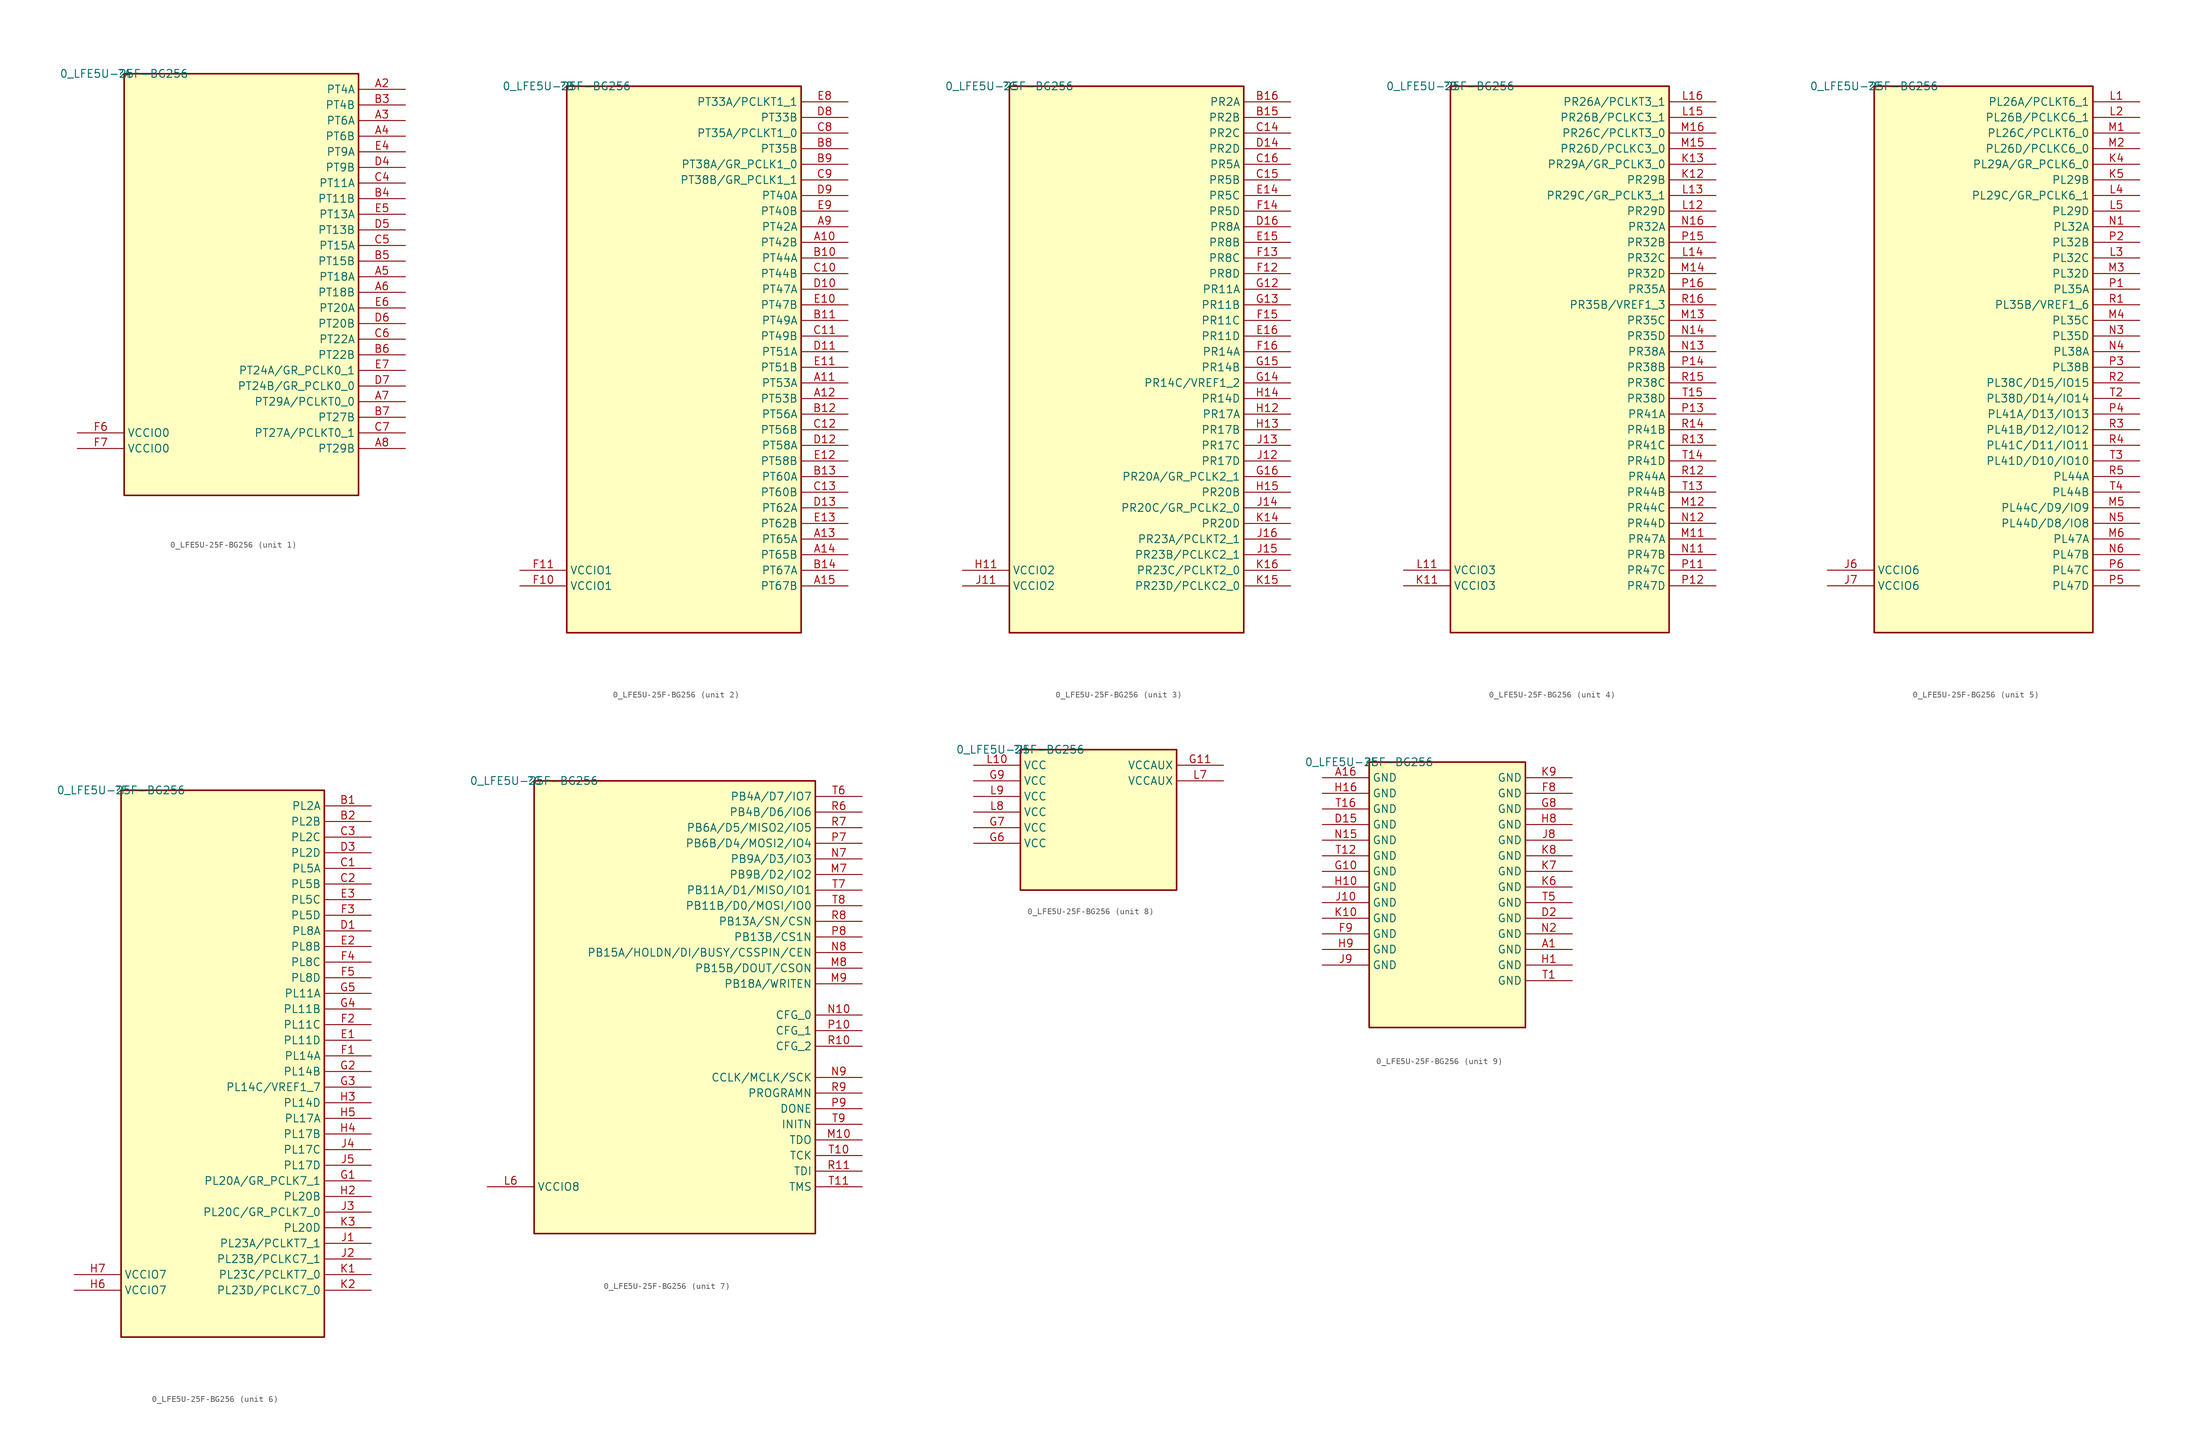
<source format=kicad_sym>
(kicad_symbol_lib
  (version 20211014)
  (generator kicad_symbol_editor)
  (symbol "0_LFE5U-25F-BG256"
    (property "Reference" ""
      (at 0 0 0)
      (effects (font (size 1.27 1.27))))
    (property "Value" "0_LFE5U-25F-BG256"
      (at 0 0 0)
      (effects (font (size 1.27 1.27))))
    (symbol "0_LFE5U-25F-BG256_1_0"
      (rectangle (start 38.1 0) (end 0 -68.58) (stroke (width 0.254) (type default) (color 0 0 0 0)) (fill (type background)))
      (pin bidirectional line (at 45.72 -2.54 180) (length 7.62) (name "PT4A" (effects (font (size 1.27 1.27)))) (number "A2" (effects (font (size 1.27 1.27)))))
      (pin bidirectional line (at 45.72 -7.62 180) (length 7.62) (name "PT6A" (effects (font (size 1.27 1.27)))) (number "A3" (effects (font (size 1.27 1.27)))))
      (pin bidirectional line (at 45.72 -10.16 180) (length 7.62) (name "PT6B" (effects (font (size 1.27 1.27)))) (number "A4" (effects (font (size 1.27 1.27)))))
      (pin bidirectional line (at 45.72 -33.02 180) (length 7.62) (name "PT18A" (effects (font (size 1.27 1.27)))) (number "A5" (effects (font (size 1.27 1.27)))))
      (pin bidirectional line (at 45.72 -35.56 180) (length 7.62) (name "PT18B" (effects (font (size 1.27 1.27)))) (number "A6" (effects (font (size 1.27 1.27)))))
      (pin bidirectional line (at 45.72 -53.34 180) (length 7.62) (name "PT29A/PCLKT0_0" (effects (font (size 1.27 1.27)))) (number "A7" (effects (font (size 1.27 1.27)))))
      (pin bidirectional line (at 45.72 -60.96 180) (length 7.62) (name "PT29B" (effects (font (size 1.27 1.27)))) (number "A8" (effects (font (size 1.27 1.27)))))
      (pin bidirectional line (at 45.72 -5.08 180) (length 7.62) (name "PT4B" (effects (font (size 1.27 1.27)))) (number "B3" (effects (font (size 1.27 1.27)))))
      (pin bidirectional line (at 45.72 -20.32 180) (length 7.62) (name "PT11B" (effects (font (size 1.27 1.27)))) (number "B4" (effects (font (size 1.27 1.27)))))
      (pin bidirectional line (at 45.72 -30.48 180) (length 7.62) (name "PT15B" (effects (font (size 1.27 1.27)))) (number "B5" (effects (font (size 1.27 1.27)))))
      (pin bidirectional line (at 45.72 -45.72 180) (length 7.62) (name "PT22B" (effects (font (size 1.27 1.27)))) (number "B6" (effects (font (size 1.27 1.27)))))
      (pin bidirectional line (at 45.72 -55.88 180) (length 7.62) (name "PT27B" (effects (font (size 1.27 1.27)))) (number "B7" (effects (font (size 1.27 1.27)))))
      (pin bidirectional line (at 45.72 -17.78 180) (length 7.62) (name "PT11A" (effects (font (size 1.27 1.27)))) (number "C4" (effects (font (size 1.27 1.27)))))
      (pin bidirectional line (at 45.72 -27.94 180) (length 7.62) (name "PT15A" (effects (font (size 1.27 1.27)))) (number "C5" (effects (font (size 1.27 1.27)))))
      (pin bidirectional line (at 45.72 -43.18 180) (length 7.62) (name "PT22A" (effects (font (size 1.27 1.27)))) (number "C6" (effects (font (size 1.27 1.27)))))
      (pin bidirectional line (at 45.72 -58.42 180) (length 7.62) (name "PT27A/PCLKT0_1" (effects (font (size 1.27 1.27)))) (number "C7" (effects (font (size 1.27 1.27)))))
      (pin bidirectional line (at 45.72 -15.24 180) (length 7.62) (name "PT9B" (effects (font (size 1.27 1.27)))) (number "D4" (effects (font (size 1.27 1.27)))))
      (pin bidirectional line (at 45.72 -25.4 180) (length 7.62) (name "PT13B" (effects (font (size 1.27 1.27)))) (number "D5" (effects (font (size 1.27 1.27)))))
      (pin bidirectional line (at 45.72 -40.64 180) (length 7.62) (name "PT20B" (effects (font (size 1.27 1.27)))) (number "D6" (effects (font (size 1.27 1.27)))))
      (pin bidirectional line (at 45.72 -50.8 180) (length 7.62) (name "PT24B/GR_PCLK0_0" (effects (font (size 1.27 1.27)))) (number "D7" (effects (font (size 1.27 1.27)))))
      (pin bidirectional line (at 45.72 -12.7 180) (length 7.62) (name "PT9A" (effects (font (size 1.27 1.27)))) (number "E4" (effects (font (size 1.27 1.27)))))
      (pin bidirectional line (at 45.72 -22.86 180) (length 7.62) (name "PT13A" (effects (font (size 1.27 1.27)))) (number "E5" (effects (font (size 1.27 1.27)))))
      (pin bidirectional line (at 45.72 -38.1 180) (length 7.62) (name "PT20A" (effects (font (size 1.27 1.27)))) (number "E6" (effects (font (size 1.27 1.27)))))
      (pin bidirectional line (at 45.72 -48.26 180) (length 7.62) (name "PT24A/GR_PCLK0_1" (effects (font (size 1.27 1.27)))) (number "E7" (effects (font (size 1.27 1.27)))))
      (pin power_in line (at -7.62 -58.42 0) (length 7.62) (name "VCCIO0" (effects (font (size 1.27 1.27)))) (number "F6" (effects (font (size 1.27 1.27)))))
      (pin power_in line (at -7.62 -60.96 0) (length 7.62) (name "VCCIO0" (effects (font (size 1.27 1.27)))) (number "F7" (effects (font (size 1.27 1.27))))))
    (symbol "0_LFE5U-25F-BG256_2_0"
      (rectangle (start 38.1 0) (end 0 -88.9) (stroke (width 0.254) (type default) (color 0 0 0 0)) (fill (type background)))
      (pin bidirectional line (at 45.72 -25.4 180) (length 7.62) (name "PT42B" (effects (font (size 1.27 1.27)))) (number "A10" (effects (font (size 1.27 1.27)))))
      (pin bidirectional line (at 45.72 -48.26 180) (length 7.62) (name "PT53A" (effects (font (size 1.27 1.27)))) (number "A11" (effects (font (size 1.27 1.27)))))
      (pin bidirectional line (at 45.72 -50.8 180) (length 7.62) (name "PT53B" (effects (font (size 1.27 1.27)))) (number "A12" (effects (font (size 1.27 1.27)))))
      (pin bidirectional line (at 45.72 -73.66 180) (length 7.62) (name "PT65A" (effects (font (size 1.27 1.27)))) (number "A13" (effects (font (size 1.27 1.27)))))
      (pin bidirectional line (at 45.72 -76.2 180) (length 7.62) (name "PT65B" (effects (font (size 1.27 1.27)))) (number "A14" (effects (font (size 1.27 1.27)))))
      (pin bidirectional line (at 45.72 -81.28 180) (length 7.62) (name "PT67B" (effects (font (size 1.27 1.27)))) (number "A15" (effects (font (size 1.27 1.27)))))
      (pin bidirectional line (at 45.72 -22.86 180) (length 7.62) (name "PT42A" (effects (font (size 1.27 1.27)))) (number "A9" (effects (font (size 1.27 1.27)))))
      (pin bidirectional line (at 45.72 -27.94 180) (length 7.62) (name "PT44A" (effects (font (size 1.27 1.27)))) (number "B10" (effects (font (size 1.27 1.27)))))
      (pin bidirectional line (at 45.72 -38.1 180) (length 7.62) (name "PT49A" (effects (font (size 1.27 1.27)))) (number "B11" (effects (font (size 1.27 1.27)))))
      (pin bidirectional line (at 45.72 -53.34 180) (length 7.62) (name "PT56A" (effects (font (size 1.27 1.27)))) (number "B12" (effects (font (size 1.27 1.27)))))
      (pin bidirectional line (at 45.72 -63.5 180) (length 7.62) (name "PT60A" (effects (font (size 1.27 1.27)))) (number "B13" (effects (font (size 1.27 1.27)))))
      (pin bidirectional line (at 45.72 -78.74 180) (length 7.62) (name "PT67A" (effects (font (size 1.27 1.27)))) (number "B14" (effects (font (size 1.27 1.27)))))
      (pin bidirectional line (at 45.72 -10.16 180) (length 7.62) (name "PT35B" (effects (font (size 1.27 1.27)))) (number "B8" (effects (font (size 1.27 1.27)))))
      (pin bidirectional line (at 45.72 -12.7 180) (length 7.62) (name "PT38A/GR_PCLK1_0" (effects (font (size 1.27 1.27)))) (number "B9" (effects (font (size 1.27 1.27)))))
      (pin bidirectional line (at 45.72 -30.48 180) (length 7.62) (name "PT44B" (effects (font (size 1.27 1.27)))) (number "C10" (effects (font (size 1.27 1.27)))))
      (pin bidirectional line (at 45.72 -40.64 180) (length 7.62) (name "PT49B" (effects (font (size 1.27 1.27)))) (number "C11" (effects (font (size 1.27 1.27)))))
      (pin bidirectional line (at 45.72 -55.88 180) (length 7.62) (name "PT56B" (effects (font (size 1.27 1.27)))) (number "C12" (effects (font (size 1.27 1.27)))))
      (pin bidirectional line (at 45.72 -66.04 180) (length 7.62) (name "PT60B" (effects (font (size 1.27 1.27)))) (number "C13" (effects (font (size 1.27 1.27)))))
      (pin bidirectional line (at 45.72 -7.62 180) (length 7.62) (name "PT35A/PCLKT1_0" (effects (font (size 1.27 1.27)))) (number "C8" (effects (font (size 1.27 1.27)))))
      (pin bidirectional line (at 45.72 -15.24 180) (length 7.62) (name "PT38B/GR_PCLK1_1" (effects (font (size 1.27 1.27)))) (number "C9" (effects (font (size 1.27 1.27)))))
      (pin bidirectional line (at 45.72 -33.02 180) (length 7.62) (name "PT47A" (effects (font (size 1.27 1.27)))) (number "D10" (effects (font (size 1.27 1.27)))))
      (pin bidirectional line (at 45.72 -43.18 180) (length 7.62) (name "PT51A" (effects (font (size 1.27 1.27)))) (number "D11" (effects (font (size 1.27 1.27)))))
      (pin bidirectional line (at 45.72 -58.42 180) (length 7.62) (name "PT58A" (effects (font (size 1.27 1.27)))) (number "D12" (effects (font (size 1.27 1.27)))))
      (pin bidirectional line (at 45.72 -68.58 180) (length 7.62) (name "PT62A" (effects (font (size 1.27 1.27)))) (number "D13" (effects (font (size 1.27 1.27)))))
      (pin bidirectional line (at 45.72 -5.08 180) (length 7.62) (name "PT33B" (effects (font (size 1.27 1.27)))) (number "D8" (effects (font (size 1.27 1.27)))))
      (pin bidirectional line (at 45.72 -17.78 180) (length 7.62) (name "PT40A" (effects (font (size 1.27 1.27)))) (number "D9" (effects (font (size 1.27 1.27)))))
      (pin bidirectional line (at 45.72 -35.56 180) (length 7.62) (name "PT47B" (effects (font (size 1.27 1.27)))) (number "E10" (effects (font (size 1.27 1.27)))))
      (pin bidirectional line (at 45.72 -45.72 180) (length 7.62) (name "PT51B" (effects (font (size 1.27 1.27)))) (number "E11" (effects (font (size 1.27 1.27)))))
      (pin bidirectional line (at 45.72 -60.96 180) (length 7.62) (name "PT58B" (effects (font (size 1.27 1.27)))) (number "E12" (effects (font (size 1.27 1.27)))))
      (pin bidirectional line (at 45.72 -71.12 180) (length 7.62) (name "PT62B" (effects (font (size 1.27 1.27)))) (number "E13" (effects (font (size 1.27 1.27)))))
      (pin bidirectional line (at 45.72 -2.54 180) (length 7.62) (name "PT33A/PCLKT1_1" (effects (font (size 1.27 1.27)))) (number "E8" (effects (font (size 1.27 1.27)))))
      (pin bidirectional line (at 45.72 -20.32 180) (length 7.62) (name "PT40B" (effects (font (size 1.27 1.27)))) (number "E9" (effects (font (size 1.27 1.27)))))
      (pin power_in line (at -7.62 -81.28 0) (length 7.62) (name "VCCIO1" (effects (font (size 1.27 1.27)))) (number "F10" (effects (font (size 1.27 1.27)))))
      (pin power_in line (at -7.62 -78.74 0) (length 7.62) (name "VCCIO1" (effects (font (size 1.27 1.27)))) (number "F11" (effects (font (size 1.27 1.27))))))
    (symbol "0_LFE5U-25F-BG256_3_0"
      (rectangle (start 38.1 0) (end 0 -88.9) (stroke (width 0.254) (type default) (color 0 0 0 0)) (fill (type background)))
      (pin bidirectional line (at 45.72 -5.08 180) (length 7.62) (name "PR2B" (effects (font (size 1.27 1.27)))) (number "B15" (effects (font (size 1.27 1.27)))))
      (pin bidirectional line (at 45.72 -2.54 180) (length 7.62) (name "PR2A" (effects (font (size 1.27 1.27)))) (number "B16" (effects (font (size 1.27 1.27)))))
      (pin bidirectional line (at 45.72 -7.62 180) (length 7.62) (name "PR2C" (effects (font (size 1.27 1.27)))) (number "C14" (effects (font (size 1.27 1.27)))))
      (pin bidirectional line (at 45.72 -15.24 180) (length 7.62) (name "PR5B" (effects (font (size 1.27 1.27)))) (number "C15" (effects (font (size 1.27 1.27)))))
      (pin bidirectional line (at 45.72 -12.7 180) (length 7.62) (name "PR5A" (effects (font (size 1.27 1.27)))) (number "C16" (effects (font (size 1.27 1.27)))))
      (pin bidirectional line (at 45.72 -10.16 180) (length 7.62) (name "PR2D" (effects (font (size 1.27 1.27)))) (number "D14" (effects (font (size 1.27 1.27)))))
      (pin bidirectional line (at 45.72 -22.86 180) (length 7.62) (name "PR8A" (effects (font (size 1.27 1.27)))) (number "D16" (effects (font (size 1.27 1.27)))))
      (pin bidirectional line (at 45.72 -17.78 180) (length 7.62) (name "PR5C" (effects (font (size 1.27 1.27)))) (number "E14" (effects (font (size 1.27 1.27)))))
      (pin bidirectional line (at 45.72 -25.4 180) (length 7.62) (name "PR8B" (effects (font (size 1.27 1.27)))) (number "E15" (effects (font (size 1.27 1.27)))))
      (pin bidirectional line (at 45.72 -40.64 180) (length 7.62) (name "PR11D" (effects (font (size 1.27 1.27)))) (number "E16" (effects (font (size 1.27 1.27)))))
      (pin bidirectional line (at 45.72 -30.48 180) (length 7.62) (name "PR8D" (effects (font (size 1.27 1.27)))) (number "F12" (effects (font (size 1.27 1.27)))))
      (pin bidirectional line (at 45.72 -27.94 180) (length 7.62) (name "PR8C" (effects (font (size 1.27 1.27)))) (number "F13" (effects (font (size 1.27 1.27)))))
      (pin bidirectional line (at 45.72 -20.32 180) (length 7.62) (name "PR5D" (effects (font (size 1.27 1.27)))) (number "F14" (effects (font (size 1.27 1.27)))))
      (pin bidirectional line (at 45.72 -38.1 180) (length 7.62) (name "PR11C" (effects (font (size 1.27 1.27)))) (number "F15" (effects (font (size 1.27 1.27)))))
      (pin bidirectional line (at 45.72 -43.18 180) (length 7.62) (name "PR14A" (effects (font (size 1.27 1.27)))) (number "F16" (effects (font (size 1.27 1.27)))))
      (pin bidirectional line (at 45.72 -33.02 180) (length 7.62) (name "PR11A" (effects (font (size 1.27 1.27)))) (number "G12" (effects (font (size 1.27 1.27)))))
      (pin bidirectional line (at 45.72 -35.56 180) (length 7.62) (name "PR11B" (effects (font (size 1.27 1.27)))) (number "G13" (effects (font (size 1.27 1.27)))))
      (pin bidirectional line (at 45.72 -48.26 180) (length 7.62) (name "PR14C/VREF1_2" (effects (font (size 1.27 1.27)))) (number "G14" (effects (font (size 1.27 1.27)))))
      (pin bidirectional line (at 45.72 -45.72 180) (length 7.62) (name "PR14B" (effects (font (size 1.27 1.27)))) (number "G15" (effects (font (size 1.27 1.27)))))
      (pin bidirectional line (at 45.72 -63.5 180) (length 7.62) (name "PR20A/GR_PCLK2_1" (effects (font (size 1.27 1.27)))) (number "G16" (effects (font (size 1.27 1.27)))))
      (pin power_in line (at -7.62 -78.74 0) (length 7.62) (name "VCCIO2" (effects (font (size 1.27 1.27)))) (number "H11" (effects (font (size 1.27 1.27)))))
      (pin bidirectional line (at 45.72 -53.34 180) (length 7.62) (name "PR17A" (effects (font (size 1.27 1.27)))) (number "H12" (effects (font (size 1.27 1.27)))))
      (pin bidirectional line (at 45.72 -55.88 180) (length 7.62) (name "PR17B" (effects (font (size 1.27 1.27)))) (number "H13" (effects (font (size 1.27 1.27)))))
      (pin bidirectional line (at 45.72 -50.8 180) (length 7.62) (name "PR14D" (effects (font (size 1.27 1.27)))) (number "H14" (effects (font (size 1.27 1.27)))))
      (pin bidirectional line (at 45.72 -66.04 180) (length 7.62) (name "PR20B" (effects (font (size 1.27 1.27)))) (number "H15" (effects (font (size 1.27 1.27)))))
      (pin power_in line (at -7.62 -81.28 0) (length 7.62) (name "VCCIO2" (effects (font (size 1.27 1.27)))) (number "J11" (effects (font (size 1.27 1.27)))))
      (pin bidirectional line (at 45.72 -60.96 180) (length 7.62) (name "PR17D" (effects (font (size 1.27 1.27)))) (number "J12" (effects (font (size 1.27 1.27)))))
      (pin bidirectional line (at 45.72 -58.42 180) (length 7.62) (name "PR17C" (effects (font (size 1.27 1.27)))) (number "J13" (effects (font (size 1.27 1.27)))))
      (pin bidirectional line (at 45.72 -68.58 180) (length 7.62) (name "PR20C/GR_PCLK2_0" (effects (font (size 1.27 1.27)))) (number "J14" (effects (font (size 1.27 1.27)))))
      (pin bidirectional line (at 45.72 -76.2 180) (length 7.62) (name "PR23B/PCLKC2_1" (effects (font (size 1.27 1.27)))) (number "J15" (effects (font (size 1.27 1.27)))))
      (pin bidirectional line (at 45.72 -73.66 180) (length 7.62) (name "PR23A/PCLKT2_1" (effects (font (size 1.27 1.27)))) (number "J16" (effects (font (size 1.27 1.27)))))
      (pin bidirectional line (at 45.72 -71.12 180) (length 7.62) (name "PR20D" (effects (font (size 1.27 1.27)))) (number "K14" (effects (font (size 1.27 1.27)))))
      (pin bidirectional line (at 45.72 -81.28 180) (length 7.62) (name "PR23D/PCLKC2_0" (effects (font (size 1.27 1.27)))) (number "K15" (effects (font (size 1.27 1.27)))))
      (pin bidirectional line (at 45.72 -78.74 180) (length 7.62) (name "PR23C/PCLKT2_0" (effects (font (size 1.27 1.27)))) (number "K16" (effects (font (size 1.27 1.27))))))
    (symbol "0_LFE5U-25F-BG256_4_0"
      (rectangle (start 35.56 0) (end 0 -88.9) (stroke (width 0.254) (type default) (color 0 0 0 0)) (fill (type background)))
      (pin power_in line (at -7.62 -81.28 0) (length 7.62) (name "VCCIO3" (effects (font (size 1.27 1.27)))) (number "K11" (effects (font (size 1.27 1.27)))))
      (pin bidirectional line (at 43.18 -15.24 180) (length 7.62) (name "PR29B" (effects (font (size 1.27 1.27)))) (number "K12" (effects (font (size 1.27 1.27)))))
      (pin bidirectional line (at 43.18 -12.7 180) (length 7.62) (name "PR29A/GR_PCLK3_0" (effects (font (size 1.27 1.27)))) (number "K13" (effects (font (size 1.27 1.27)))))
      (pin power_in line (at -7.62 -78.74 0) (length 7.62) (name "VCCIO3" (effects (font (size 1.27 1.27)))) (number "L11" (effects (font (size 1.27 1.27)))))
      (pin bidirectional line (at 43.18 -20.32 180) (length 7.62) (name "PR29D" (effects (font (size 1.27 1.27)))) (number "L12" (effects (font (size 1.27 1.27)))))
      (pin bidirectional line (at 43.18 -17.78 180) (length 7.62) (name "PR29C/GR_PCLK3_1" (effects (font (size 1.27 1.27)))) (number "L13" (effects (font (size 1.27 1.27)))))
      (pin bidirectional line (at 43.18 -27.94 180) (length 7.62) (name "PR32C" (effects (font (size 1.27 1.27)))) (number "L14" (effects (font (size 1.27 1.27)))))
      (pin bidirectional line (at 43.18 -5.08 180) (length 7.62) (name "PR26B/PCLKC3_1" (effects (font (size 1.27 1.27)))) (number "L15" (effects (font (size 1.27 1.27)))))
      (pin bidirectional line (at 43.18 -2.54 180) (length 7.62) (name "PR26A/PCLKT3_1" (effects (font (size 1.27 1.27)))) (number "L16" (effects (font (size 1.27 1.27)))))
      (pin bidirectional line (at 43.18 -73.66 180) (length 7.62) (name "PR47A" (effects (font (size 1.27 1.27)))) (number "M11" (effects (font (size 1.27 1.27)))))
      (pin bidirectional line (at 43.18 -68.58 180) (length 7.62) (name "PR44C" (effects (font (size 1.27 1.27)))) (number "M12" (effects (font (size 1.27 1.27)))))
      (pin bidirectional line (at 43.18 -38.1 180) (length 7.62) (name "PR35C" (effects (font (size 1.27 1.27)))) (number "M13" (effects (font (size 1.27 1.27)))))
      (pin bidirectional line (at 43.18 -30.48 180) (length 7.62) (name "PR32D" (effects (font (size 1.27 1.27)))) (number "M14" (effects (font (size 1.27 1.27)))))
      (pin bidirectional line (at 43.18 -10.16 180) (length 7.62) (name "PR26D/PCLKC3_0" (effects (font (size 1.27 1.27)))) (number "M15" (effects (font (size 1.27 1.27)))))
      (pin bidirectional line (at 43.18 -7.62 180) (length 7.62) (name "PR26C/PCLKT3_0" (effects (font (size 1.27 1.27)))) (number "M16" (effects (font (size 1.27 1.27)))))
      (pin bidirectional line (at 43.18 -76.2 180) (length 7.62) (name "PR47B" (effects (font (size 1.27 1.27)))) (number "N11" (effects (font (size 1.27 1.27)))))
      (pin bidirectional line (at 43.18 -71.12 180) (length 7.62) (name "PR44D" (effects (font (size 1.27 1.27)))) (number "N12" (effects (font (size 1.27 1.27)))))
      (pin bidirectional line (at 43.18 -43.18 180) (length 7.62) (name "PR38A" (effects (font (size 1.27 1.27)))) (number "N13" (effects (font (size 1.27 1.27)))))
      (pin bidirectional line (at 43.18 -40.64 180) (length 7.62) (name "PR35D" (effects (font (size 1.27 1.27)))) (number "N14" (effects (font (size 1.27 1.27)))))
      (pin bidirectional line (at 43.18 -22.86 180) (length 7.62) (name "PR32A" (effects (font (size 1.27 1.27)))) (number "N16" (effects (font (size 1.27 1.27)))))
      (pin bidirectional line (at 43.18 -78.74 180) (length 7.62) (name "PR47C" (effects (font (size 1.27 1.27)))) (number "P11" (effects (font (size 1.27 1.27)))))
      (pin bidirectional line (at 43.18 -81.28 180) (length 7.62) (name "PR47D" (effects (font (size 1.27 1.27)))) (number "P12" (effects (font (size 1.27 1.27)))))
      (pin bidirectional line (at 43.18 -53.34 180) (length 7.62) (name "PR41A" (effects (font (size 1.27 1.27)))) (number "P13" (effects (font (size 1.27 1.27)))))
      (pin bidirectional line (at 43.18 -45.72 180) (length 7.62) (name "PR38B" (effects (font (size 1.27 1.27)))) (number "P14" (effects (font (size 1.27 1.27)))))
      (pin bidirectional line (at 43.18 -25.4 180) (length 7.62) (name "PR32B" (effects (font (size 1.27 1.27)))) (number "P15" (effects (font (size 1.27 1.27)))))
      (pin bidirectional line (at 43.18 -33.02 180) (length 7.62) (name "PR35A" (effects (font (size 1.27 1.27)))) (number "P16" (effects (font (size 1.27 1.27)))))
      (pin bidirectional line (at 43.18 -63.5 180) (length 7.62) (name "PR44A" (effects (font (size 1.27 1.27)))) (number "R12" (effects (font (size 1.27 1.27)))))
      (pin bidirectional line (at 43.18 -58.42 180) (length 7.62) (name "PR41C" (effects (font (size 1.27 1.27)))) (number "R13" (effects (font (size 1.27 1.27)))))
      (pin bidirectional line (at 43.18 -55.88 180) (length 7.62) (name "PR41B" (effects (font (size 1.27 1.27)))) (number "R14" (effects (font (size 1.27 1.27)))))
      (pin bidirectional line (at 43.18 -48.26 180) (length 7.62) (name "PR38C" (effects (font (size 1.27 1.27)))) (number "R15" (effects (font (size 1.27 1.27)))))
      (pin bidirectional line (at 43.18 -35.56 180) (length 7.62) (name "PR35B/VREF1_3" (effects (font (size 1.27 1.27)))) (number "R16" (effects (font (size 1.27 1.27)))))
      (pin bidirectional line (at 43.18 -66.04 180) (length 7.62) (name "PR44B" (effects (font (size 1.27 1.27)))) (number "T13" (effects (font (size 1.27 1.27)))))
      (pin bidirectional line (at 43.18 -60.96 180) (length 7.62) (name "PR41D" (effects (font (size 1.27 1.27)))) (number "T14" (effects (font (size 1.27 1.27)))))
      (pin bidirectional line (at 43.18 -50.8 180) (length 7.62) (name "PR38D" (effects (font (size 1.27 1.27)))) (number "T15" (effects (font (size 1.27 1.27))))))
    (symbol "0_LFE5U-25F-BG256_5_0"
      (rectangle (start 35.56 0) (end 0 -88.9) (stroke (width 0.254) (type default) (color 0 0 0 0)) (fill (type background)))
      (pin power_in line (at -7.62 -78.74 0) (length 7.62) (name "VCCIO6" (effects (font (size 1.27 1.27)))) (number "J6" (effects (font (size 1.27 1.27)))))
      (pin power_in line (at -7.62 -81.28 0) (length 7.62) (name "VCCIO6" (effects (font (size 1.27 1.27)))) (number "J7" (effects (font (size 1.27 1.27)))))
      (pin bidirectional line (at 43.18 -12.7 180) (length 7.62) (name "PL29A/GR_PCLK6_0" (effects (font (size 1.27 1.27)))) (number "K4" (effects (font (size 1.27 1.27)))))
      (pin bidirectional line (at 43.18 -15.24 180) (length 7.62) (name "PL29B" (effects (font (size 1.27 1.27)))) (number "K5" (effects (font (size 1.27 1.27)))))
      (pin bidirectional line (at 43.18 -2.54 180) (length 7.62) (name "PL26A/PCLKT6_1" (effects (font (size 1.27 1.27)))) (number "L1" (effects (font (size 1.27 1.27)))))
      (pin bidirectional line (at 43.18 -5.08 180) (length 7.62) (name "PL26B/PCLKC6_1" (effects (font (size 1.27 1.27)))) (number "L2" (effects (font (size 1.27 1.27)))))
      (pin bidirectional line (at 43.18 -27.94 180) (length 7.62) (name "PL32C" (effects (font (size 1.27 1.27)))) (number "L3" (effects (font (size 1.27 1.27)))))
      (pin bidirectional line (at 43.18 -17.78 180) (length 7.62) (name "PL29C/GR_PCLK6_1" (effects (font (size 1.27 1.27)))) (number "L4" (effects (font (size 1.27 1.27)))))
      (pin bidirectional line (at 43.18 -20.32 180) (length 7.62) (name "PL29D" (effects (font (size 1.27 1.27)))) (number "L5" (effects (font (size 1.27 1.27)))))
      (pin bidirectional line (at 43.18 -7.62 180) (length 7.62) (name "PL26C/PCLKT6_0" (effects (font (size 1.27 1.27)))) (number "M1" (effects (font (size 1.27 1.27)))))
      (pin bidirectional line (at 43.18 -10.16 180) (length 7.62) (name "PL26D/PCLKC6_0" (effects (font (size 1.27 1.27)))) (number "M2" (effects (font (size 1.27 1.27)))))
      (pin bidirectional line (at 43.18 -30.48 180) (length 7.62) (name "PL32D" (effects (font (size 1.27 1.27)))) (number "M3" (effects (font (size 1.27 1.27)))))
      (pin bidirectional line (at 43.18 -38.1 180) (length 7.62) (name "PL35C" (effects (font (size 1.27 1.27)))) (number "M4" (effects (font (size 1.27 1.27)))))
      (pin bidirectional line (at 43.18 -68.58 180) (length 7.62) (name "PL44C/D9/IO9" (effects (font (size 1.27 1.27)))) (number "M5" (effects (font (size 1.27 1.27)))))
      (pin bidirectional line (at 43.18 -73.66 180) (length 7.62) (name "PL47A" (effects (font (size 1.27 1.27)))) (number "M6" (effects (font (size 1.27 1.27)))))
      (pin bidirectional line (at 43.18 -22.86 180) (length 7.62) (name "PL32A" (effects (font (size 1.27 1.27)))) (number "N1" (effects (font (size 1.27 1.27)))))
      (pin bidirectional line (at 43.18 -40.64 180) (length 7.62) (name "PL35D" (effects (font (size 1.27 1.27)))) (number "N3" (effects (font (size 1.27 1.27)))))
      (pin bidirectional line (at 43.18 -43.18 180) (length 7.62) (name "PL38A" (effects (font (size 1.27 1.27)))) (number "N4" (effects (font (size 1.27 1.27)))))
      (pin bidirectional line (at 43.18 -71.12 180) (length 7.62) (name "PL44D/D8/IO8" (effects (font (size 1.27 1.27)))) (number "N5" (effects (font (size 1.27 1.27)))))
      (pin bidirectional line (at 43.18 -76.2 180) (length 7.62) (name "PL47B" (effects (font (size 1.27 1.27)))) (number "N6" (effects (font (size 1.27 1.27)))))
      (pin bidirectional line (at 43.18 -33.02 180) (length 7.62) (name "PL35A" (effects (font (size 1.27 1.27)))) (number "P1" (effects (font (size 1.27 1.27)))))
      (pin bidirectional line (at 43.18 -25.4 180) (length 7.62) (name "PL32B" (effects (font (size 1.27 1.27)))) (number "P2" (effects (font (size 1.27 1.27)))))
      (pin bidirectional line (at 43.18 -45.72 180) (length 7.62) (name "PL38B" (effects (font (size 1.27 1.27)))) (number "P3" (effects (font (size 1.27 1.27)))))
      (pin bidirectional line (at 43.18 -53.34 180) (length 7.62) (name "PL41A/D13/IO13" (effects (font (size 1.27 1.27)))) (number "P4" (effects (font (size 1.27 1.27)))))
      (pin bidirectional line (at 43.18 -81.28 180) (length 7.62) (name "PL47D" (effects (font (size 1.27 1.27)))) (number "P5" (effects (font (size 1.27 1.27)))))
      (pin bidirectional line (at 43.18 -78.74 180) (length 7.62) (name "PL47C" (effects (font (size 1.27 1.27)))) (number "P6" (effects (font (size 1.27 1.27)))))
      (pin bidirectional line (at 43.18 -35.56 180) (length 7.62) (name "PL35B/VREF1_6" (effects (font (size 1.27 1.27)))) (number "R1" (effects (font (size 1.27 1.27)))))
      (pin bidirectional line (at 43.18 -48.26 180) (length 7.62) (name "PL38C/D15/IO15" (effects (font (size 1.27 1.27)))) (number "R2" (effects (font (size 1.27 1.27)))))
      (pin bidirectional line (at 43.18 -55.88 180) (length 7.62) (name "PL41B/D12/IO12" (effects (font (size 1.27 1.27)))) (number "R3" (effects (font (size 1.27 1.27)))))
      (pin bidirectional line (at 43.18 -58.42 180) (length 7.62) (name "PL41C/D11/IO11" (effects (font (size 1.27 1.27)))) (number "R4" (effects (font (size 1.27 1.27)))))
      (pin bidirectional line (at 43.18 -63.5 180) (length 7.62) (name "PL44A" (effects (font (size 1.27 1.27)))) (number "R5" (effects (font (size 1.27 1.27)))))
      (pin bidirectional line (at 43.18 -50.8 180) (length 7.62) (name "PL38D/D14/IO14" (effects (font (size 1.27 1.27)))) (number "T2" (effects (font (size 1.27 1.27)))))
      (pin bidirectional line (at 43.18 -60.96 180) (length 7.62) (name "PL41D/D10/IO10" (effects (font (size 1.27 1.27)))) (number "T3" (effects (font (size 1.27 1.27)))))
      (pin bidirectional line (at 43.18 -66.04 180) (length 7.62) (name "PL44B" (effects (font (size 1.27 1.27)))) (number "T4" (effects (font (size 1.27 1.27))))))
    (symbol "0_LFE5U-25F-BG256_6_0"
      (rectangle (start 33.02 0) (end 0 -88.9) (stroke (width 0.254) (type default) (color 0 0 0 0)) (fill (type background)))
      (pin bidirectional line (at 40.64 -2.54 180) (length 7.62) (name "PL2A" (effects (font (size 1.27 1.27)))) (number "B1" (effects (font (size 1.27 1.27)))))
      (pin bidirectional line (at 40.64 -5.08 180) (length 7.62) (name "PL2B" (effects (font (size 1.27 1.27)))) (number "B2" (effects (font (size 1.27 1.27)))))
      (pin bidirectional line (at 40.64 -12.7 180) (length 7.62) (name "PL5A" (effects (font (size 1.27 1.27)))) (number "C1" (effects (font (size 1.27 1.27)))))
      (pin bidirectional line (at 40.64 -15.24 180) (length 7.62) (name "PL5B" (effects (font (size 1.27 1.27)))) (number "C2" (effects (font (size 1.27 1.27)))))
      (pin bidirectional line (at 40.64 -7.62 180) (length 7.62) (name "PL2C" (effects (font (size 1.27 1.27)))) (number "C3" (effects (font (size 1.27 1.27)))))
      (pin bidirectional line (at 40.64 -22.86 180) (length 7.62) (name "PL8A" (effects (font (size 1.27 1.27)))) (number "D1" (effects (font (size 1.27 1.27)))))
      (pin bidirectional line (at 40.64 -10.16 180) (length 7.62) (name "PL2D" (effects (font (size 1.27 1.27)))) (number "D3" (effects (font (size 1.27 1.27)))))
      (pin bidirectional line (at 40.64 -40.64 180) (length 7.62) (name "PL11D" (effects (font (size 1.27 1.27)))) (number "E1" (effects (font (size 1.27 1.27)))))
      (pin bidirectional line (at 40.64 -25.4 180) (length 7.62) (name "PL8B" (effects (font (size 1.27 1.27)))) (number "E2" (effects (font (size 1.27 1.27)))))
      (pin bidirectional line (at 40.64 -17.78 180) (length 7.62) (name "PL5C" (effects (font (size 1.27 1.27)))) (number "E3" (effects (font (size 1.27 1.27)))))
      (pin bidirectional line (at 40.64 -43.18 180) (length 7.62) (name "PL14A" (effects (font (size 1.27 1.27)))) (number "F1" (effects (font (size 1.27 1.27)))))
      (pin bidirectional line (at 40.64 -38.1 180) (length 7.62) (name "PL11C" (effects (font (size 1.27 1.27)))) (number "F2" (effects (font (size 1.27 1.27)))))
      (pin bidirectional line (at 40.64 -20.32 180) (length 7.62) (name "PL5D" (effects (font (size 1.27 1.27)))) (number "F3" (effects (font (size 1.27 1.27)))))
      (pin bidirectional line (at 40.64 -27.94 180) (length 7.62) (name "PL8C" (effects (font (size 1.27 1.27)))) (number "F4" (effects (font (size 1.27 1.27)))))
      (pin bidirectional line (at 40.64 -30.48 180) (length 7.62) (name "PL8D" (effects (font (size 1.27 1.27)))) (number "F5" (effects (font (size 1.27 1.27)))))
      (pin bidirectional line (at 40.64 -63.5 180) (length 7.62) (name "PL20A/GR_PCLK7_1" (effects (font (size 1.27 1.27)))) (number "G1" (effects (font (size 1.27 1.27)))))
      (pin bidirectional line (at 40.64 -45.72 180) (length 7.62) (name "PL14B" (effects (font (size 1.27 1.27)))) (number "G2" (effects (font (size 1.27 1.27)))))
      (pin bidirectional line (at 40.64 -48.26 180) (length 7.62) (name "PL14C/VREF1_7" (effects (font (size 1.27 1.27)))) (number "G3" (effects (font (size 1.27 1.27)))))
      (pin bidirectional line (at 40.64 -35.56 180) (length 7.62) (name "PL11B" (effects (font (size 1.27 1.27)))) (number "G4" (effects (font (size 1.27 1.27)))))
      (pin bidirectional line (at 40.64 -33.02 180) (length 7.62) (name "PL11A" (effects (font (size 1.27 1.27)))) (number "G5" (effects (font (size 1.27 1.27)))))
      (pin bidirectional line (at 40.64 -66.04 180) (length 7.62) (name "PL20B" (effects (font (size 1.27 1.27)))) (number "H2" (effects (font (size 1.27 1.27)))))
      (pin bidirectional line (at 40.64 -50.8 180) (length 7.62) (name "PL14D" (effects (font (size 1.27 1.27)))) (number "H3" (effects (font (size 1.27 1.27)))))
      (pin bidirectional line (at 40.64 -55.88 180) (length 7.62) (name "PL17B" (effects (font (size 1.27 1.27)))) (number "H4" (effects (font (size 1.27 1.27)))))
      (pin bidirectional line (at 40.64 -53.34 180) (length 7.62) (name "PL17A" (effects (font (size 1.27 1.27)))) (number "H5" (effects (font (size 1.27 1.27)))))
      (pin power_in line (at -7.62 -81.28 0) (length 7.62) (name "VCCIO7" (effects (font (size 1.27 1.27)))) (number "H6" (effects (font (size 1.27 1.27)))))
      (pin power_in line (at -7.62 -78.74 0) (length 7.62) (name "VCCIO7" (effects (font (size 1.27 1.27)))) (number "H7" (effects (font (size 1.27 1.27)))))
      (pin bidirectional line (at 40.64 -73.66 180) (length 7.62) (name "PL23A/PCLKT7_1" (effects (font (size 1.27 1.27)))) (number "J1" (effects (font (size 1.27 1.27)))))
      (pin bidirectional line (at 40.64 -76.2 180) (length 7.62) (name "PL23B/PCLKC7_1" (effects (font (size 1.27 1.27)))) (number "J2" (effects (font (size 1.27 1.27)))))
      (pin bidirectional line (at 40.64 -68.58 180) (length 7.62) (name "PL20C/GR_PCLK7_0" (effects (font (size 1.27 1.27)))) (number "J3" (effects (font (size 1.27 1.27)))))
      (pin bidirectional line (at 40.64 -58.42 180) (length 7.62) (name "PL17C" (effects (font (size 1.27 1.27)))) (number "J4" (effects (font (size 1.27 1.27)))))
      (pin bidirectional line (at 40.64 -60.96 180) (length 7.62) (name "PL17D" (effects (font (size 1.27 1.27)))) (number "J5" (effects (font (size 1.27 1.27)))))
      (pin bidirectional line (at 40.64 -78.74 180) (length 7.62) (name "PL23C/PCLKT7_0" (effects (font (size 1.27 1.27)))) (number "K1" (effects (font (size 1.27 1.27)))))
      (pin bidirectional line (at 40.64 -81.28 180) (length 7.62) (name "PL23D/PCLKC7_0" (effects (font (size 1.27 1.27)))) (number "K2" (effects (font (size 1.27 1.27)))))
      (pin bidirectional line (at 40.64 -71.12 180) (length 7.62) (name "PL20D" (effects (font (size 1.27 1.27)))) (number "K3" (effects (font (size 1.27 1.27))))))
    (symbol "0_LFE5U-25F-BG256_7_0"
      (rectangle (start 45.72 0) (end 0 -73.66) (stroke (width 0.254) (type default) (color 0 0 0 0)) (fill (type background)))
      (pin power_in line (at -7.62 -66.04 0) (length 7.62) (name "VCCIO8" (effects (font (size 1.27 1.27)))) (number "L6" (effects (font (size 1.27 1.27)))))
      (pin output line (at 53.34 -58.42 180) (length 7.62) (name "TDO" (effects (font (size 1.27 1.27)))) (number "M10" (effects (font (size 1.27 1.27)))))
      (pin bidirectional line (at 53.34 -15.24 180) (length 7.62) (name "PB9B/D2/IO2" (effects (font (size 1.27 1.27)))) (number "M7" (effects (font (size 1.27 1.27)))))
      (pin bidirectional line (at 53.34 -30.48 180) (length 7.62) (name "PB15B/DOUT/CSON" (effects (font (size 1.27 1.27)))) (number "M8" (effects (font (size 1.27 1.27)))))
      (pin bidirectional line (at 53.34 -33.02 180) (length 7.62) (name "PB18A/WRITEN" (effects (font (size 1.27 1.27)))) (number "M9" (effects (font (size 1.27 1.27)))))
      (pin input line (at 53.34 -38.1 180) (length 7.62) (name "CFG_0" (effects (font (size 1.27 1.27)))) (number "N10" (effects (font (size 1.27 1.27)))))
      (pin bidirectional line (at 53.34 -12.7 180) (length 7.62) (name "PB9A/D3/IO3" (effects (font (size 1.27 1.27)))) (number "N7" (effects (font (size 1.27 1.27)))))
      (pin bidirectional line (at 53.34 -27.94 180) (length 7.62) (name "PB15A/HOLDN/DI/BUSY/CSSPIN/CEN" (effects (font (size 1.27 1.27)))) (number "N8" (effects (font (size 1.27 1.27)))))
      (pin bidirectional line (at 53.34 -48.26 180) (length 7.62) (name "CCLK/MCLK/SCK" (effects (font (size 1.27 1.27)))) (number "N9" (effects (font (size 1.27 1.27)))))
      (pin input line (at 53.34 -40.64 180) (length 7.62) (name "CFG_1" (effects (font (size 1.27 1.27)))) (number "P10" (effects (font (size 1.27 1.27)))))
      (pin bidirectional line (at 53.34 -10.16 180) (length 7.62) (name "PB6B/D4/MOSI2/IO4" (effects (font (size 1.27 1.27)))) (number "P7" (effects (font (size 1.27 1.27)))))
      (pin bidirectional line (at 53.34 -25.4 180) (length 7.62) (name "PB13B/CS1N" (effects (font (size 1.27 1.27)))) (number "P8" (effects (font (size 1.27 1.27)))))
      (pin bidirectional line (at 53.34 -53.34 180) (length 7.62) (name "DONE" (effects (font (size 1.27 1.27)))) (number "P9" (effects (font (size 1.27 1.27)))))
      (pin input line (at 53.34 -43.18 180) (length 7.62) (name "CFG_2" (effects (font (size 1.27 1.27)))) (number "R10" (effects (font (size 1.27 1.27)))))
      (pin input line (at 53.34 -63.5 180) (length 7.62) (name "TDI" (effects (font (size 1.27 1.27)))) (number "R11" (effects (font (size 1.27 1.27)))))
      (pin bidirectional line (at 53.34 -5.08 180) (length 7.62) (name "PB4B/D6/IO6" (effects (font (size 1.27 1.27)))) (number "R6" (effects (font (size 1.27 1.27)))))
      (pin bidirectional line (at 53.34 -7.62 180) (length 7.62) (name "PB6A/D5/MISO2/IO5" (effects (font (size 1.27 1.27)))) (number "R7" (effects (font (size 1.27 1.27)))))
      (pin bidirectional line (at 53.34 -22.86 180) (length 7.62) (name "PB13A/SN/CSN" (effects (font (size 1.27 1.27)))) (number "R8" (effects (font (size 1.27 1.27)))))
      (pin input line (at 53.34 -50.8 180) (length 7.62) (name "PROGRAMN" (effects (font (size 1.27 1.27)))) (number "R9" (effects (font (size 1.27 1.27)))))
      (pin input line (at 53.34 -60.96 180) (length 7.62) (name "TCK" (effects (font (size 1.27 1.27)))) (number "T10" (effects (font (size 1.27 1.27)))))
      (pin input line (at 53.34 -66.04 180) (length 7.62) (name "TMS" (effects (font (size 1.27 1.27)))) (number "T11" (effects (font (size 1.27 1.27)))))
      (pin bidirectional line (at 53.34 -2.54 180) (length 7.62) (name "PB4A/D7/IO7" (effects (font (size 1.27 1.27)))) (number "T6" (effects (font (size 1.27 1.27)))))
      (pin bidirectional line (at 53.34 -17.78 180) (length 7.62) (name "PB11A/D1/MISO/IO1" (effects (font (size 1.27 1.27)))) (number "T7" (effects (font (size 1.27 1.27)))))
      (pin bidirectional line (at 53.34 -20.32 180) (length 7.62) (name "PB11B/D0/MOSI/IO0" (effects (font (size 1.27 1.27)))) (number "T8" (effects (font (size 1.27 1.27)))))
      (pin bidirectional line (at 53.34 -55.88 180) (length 7.62) (name "INITN" (effects (font (size 1.27 1.27)))) (number "T9" (effects (font (size 1.27 1.27))))))
    (symbol "0_LFE5U-25F-BG256_8_0"
      (rectangle (start 25.4 0) (end 0 -22.86) (stroke (width 0.254) (type default) (color 0 0 0 0)) (fill (type background)))
      (pin power_in line (at 33.02 -2.54 180) (length 7.62) (name "VCCAUX" (effects (font (size 1.27 1.27)))) (number "G11" (effects (font (size 1.27 1.27)))))
      (pin power_in line (at -7.62 -15.24 0) (length 7.62) (name "VCC" (effects (font (size 1.27 1.27)))) (number "G6" (effects (font (size 1.27 1.27)))))
      (pin power_in line (at -7.62 -12.7 0) (length 7.62) (name "VCC" (effects (font (size 1.27 1.27)))) (number "G7" (effects (font (size 1.27 1.27)))))
      (pin power_in line (at -7.62 -5.08 0) (length 7.62) (name "VCC" (effects (font (size 1.27 1.27)))) (number "G9" (effects (font (size 1.27 1.27)))))
      (pin power_in line (at -7.62 -2.54 0) (length 7.62) (name "VCC" (effects (font (size 1.27 1.27)))) (number "L10" (effects (font (size 1.27 1.27)))))
      (pin power_in line (at 33.02 -5.08 180) (length 7.62) (name "VCCAUX" (effects (font (size 1.27 1.27)))) (number "L7" (effects (font (size 1.27 1.27)))))
      (pin power_in line (at -7.62 -10.16 0) (length 7.62) (name "VCC" (effects (font (size 1.27 1.27)))) (number "L8" (effects (font (size 1.27 1.27)))))
      (pin power_in line (at -7.62 -7.62 0) (length 7.62) (name "VCC" (effects (font (size 1.27 1.27)))) (number "L9" (effects (font (size 1.27 1.27))))))
    (symbol "0_LFE5U-25F-BG256_9_0"
      (rectangle (start 25.4 0) (end 0 -43.18) (stroke (width 0.254) (type default) (color 0 0 0 0)) (fill (type background)))
      (pin power_in line (at 33.02 -30.48 180) (length 7.62) (name "GND" (effects (font (size 1.27 1.27)))) (number "A1" (effects (font (size 1.27 1.27)))))
      (pin power_in line (at -7.62 -2.54 0) (length 7.62) (name "GND" (effects (font (size 1.27 1.27)))) (number "A16" (effects (font (size 1.27 1.27)))))
      (pin power_in line (at -7.62 -10.16 0) (length 7.62) (name "GND" (effects (font (size 1.27 1.27)))) (number "D15" (effects (font (size 1.27 1.27)))))
      (pin power_in line (at 33.02 -25.4 180) (length 7.62) (name "GND" (effects (font (size 1.27 1.27)))) (number "D2" (effects (font (size 1.27 1.27)))))
      (pin power_in line (at 33.02 -5.08 180) (length 7.62) (name "GND" (effects (font (size 1.27 1.27)))) (number "F8" (effects (font (size 1.27 1.27)))))
      (pin power_in line (at -7.62 -27.94 0) (length 7.62) (name "GND" (effects (font (size 1.27 1.27)))) (number "F9" (effects (font (size 1.27 1.27)))))
      (pin power_in line (at -7.62 -17.78 0) (length 7.62) (name "GND" (effects (font (size 1.27 1.27)))) (number "G10" (effects (font (size 1.27 1.27)))))
      (pin power_in line (at 33.02 -7.62 180) (length 7.62) (name "GND" (effects (font (size 1.27 1.27)))) (number "G8" (effects (font (size 1.27 1.27)))))
      (pin power_in line (at 33.02 -33.02 180) (length 7.62) (name "GND" (effects (font (size 1.27 1.27)))) (number "H1" (effects (font (size 1.27 1.27)))))
      (pin power_in line (at -7.62 -20.32 0) (length 7.62) (name "GND" (effects (font (size 1.27 1.27)))) (number "H10" (effects (font (size 1.27 1.27)))))
      (pin power_in line (at -7.62 -5.08 0) (length 7.62) (name "GND" (effects (font (size 1.27 1.27)))) (number "H16" (effects (font (size 1.27 1.27)))))
      (pin power_in line (at 33.02 -10.16 180) (length 7.62) (name "GND" (effects (font (size 1.27 1.27)))) (number "H8" (effects (font (size 1.27 1.27)))))
      (pin power_in line (at -7.62 -30.48 0) (length 7.62) (name "GND" (effects (font (size 1.27 1.27)))) (number "H9" (effects (font (size 1.27 1.27)))))
      (pin power_in line (at -7.62 -22.86 0) (length 7.62) (name "GND" (effects (font (size 1.27 1.27)))) (number "J10" (effects (font (size 1.27 1.27)))))
      (pin power_in line (at 33.02 -12.7 180) (length 7.62) (name "GND" (effects (font (size 1.27 1.27)))) (number "J8" (effects (font (size 1.27 1.27)))))
      (pin power_in line (at -7.62 -33.02 0) (length 7.62) (name "GND" (effects (font (size 1.27 1.27)))) (number "J9" (effects (font (size 1.27 1.27)))))
      (pin power_in line (at -7.62 -25.4 0) (length 7.62) (name "GND" (effects (font (size 1.27 1.27)))) (number "K10" (effects (font (size 1.27 1.27)))))
      (pin power_in line (at 33.02 -20.32 180) (length 7.62) (name "GND" (effects (font (size 1.27 1.27)))) (number "K6" (effects (font (size 1.27 1.27)))))
      (pin power_in line (at 33.02 -17.78 180) (length 7.62) (name "GND" (effects (font (size 1.27 1.27)))) (number "K7" (effects (font (size 1.27 1.27)))))
      (pin power_in line (at 33.02 -15.24 180) (length 7.62) (name "GND" (effects (font (size 1.27 1.27)))) (number "K8" (effects (font (size 1.27 1.27)))))
      (pin power_in line (at 33.02 -2.54 180) (length 7.62) (name "GND" (effects (font (size 1.27 1.27)))) (number "K9" (effects (font (size 1.27 1.27)))))
      (pin power_in line (at -7.62 -12.7 0) (length 7.62) (name "GND" (effects (font (size 1.27 1.27)))) (number "N15" (effects (font (size 1.27 1.27)))))
      (pin power_in line (at 33.02 -27.94 180) (length 7.62) (name "GND" (effects (font (size 1.27 1.27)))) (number "N2" (effects (font (size 1.27 1.27)))))
      (pin power_in line (at 33.02 -35.56 180) (length 7.62) (name "GND" (effects (font (size 1.27 1.27)))) (number "T1" (effects (font (size 1.27 1.27)))))
      (pin power_in line (at -7.62 -15.24 0) (length 7.62) (name "GND" (effects (font (size 1.27 1.27)))) (number "T12" (effects (font (size 1.27 1.27)))))
      (pin power_in line (at -7.62 -7.62 0) (length 7.62) (name "GND" (effects (font (size 1.27 1.27)))) (number "T16" (effects (font (size 1.27 1.27)))))
      (pin power_in line (at 33.02 -22.86 180) (length 7.62) (name "GND" (effects (font (size 1.27 1.27)))) (number "T5" (effects (font (size 1.27 1.27))))))))
</source>
